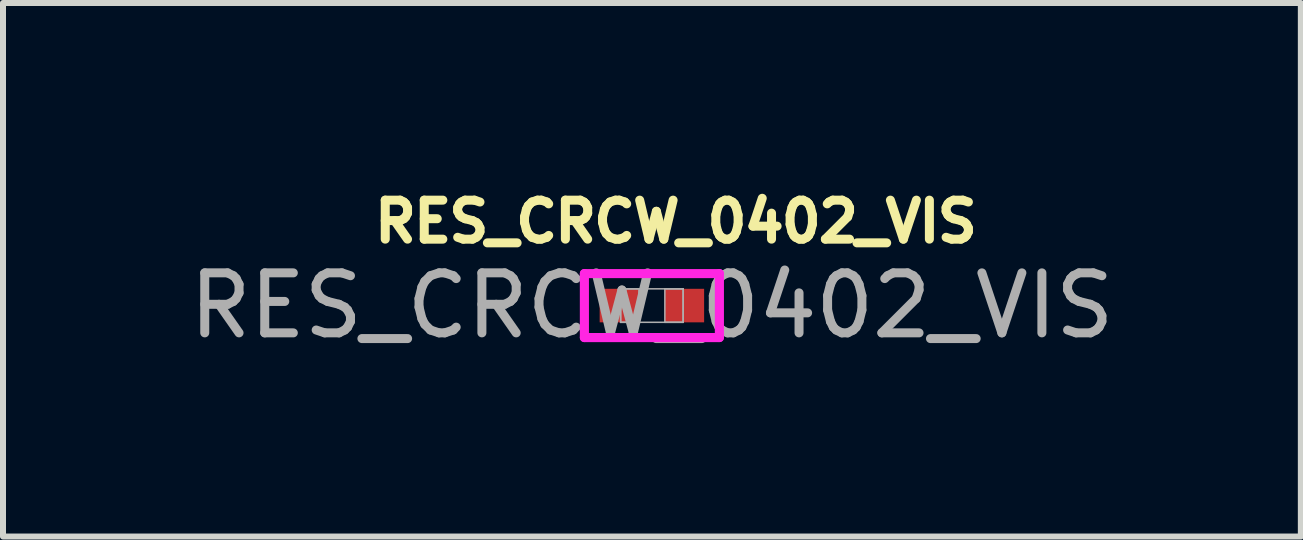
<source format=kicad_pcb>
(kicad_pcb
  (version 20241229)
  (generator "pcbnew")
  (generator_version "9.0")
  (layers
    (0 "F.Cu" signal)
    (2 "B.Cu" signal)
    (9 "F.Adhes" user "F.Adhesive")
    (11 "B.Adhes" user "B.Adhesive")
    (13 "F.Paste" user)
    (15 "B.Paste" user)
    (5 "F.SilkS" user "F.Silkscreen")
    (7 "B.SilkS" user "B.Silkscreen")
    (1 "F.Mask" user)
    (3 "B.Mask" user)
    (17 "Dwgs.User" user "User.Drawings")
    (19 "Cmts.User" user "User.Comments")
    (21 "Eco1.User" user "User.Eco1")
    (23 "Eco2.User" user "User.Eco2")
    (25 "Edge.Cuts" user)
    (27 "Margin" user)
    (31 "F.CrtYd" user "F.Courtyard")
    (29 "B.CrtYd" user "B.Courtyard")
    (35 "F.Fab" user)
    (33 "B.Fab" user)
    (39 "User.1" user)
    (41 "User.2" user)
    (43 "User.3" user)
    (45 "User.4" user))
  (footprint "RES_CRCW_0402_VIS"
    (layer "F.Cu")
    (at 7.815 2.043)
    (property "Reference" "RES_CRCW_0402_VIS" (at 0.4 -1.4 0) (unlocked yes) (layer "F.SilkS") (effects (font (size 0.65 0.65) (thickness 0.15))))
    (attr smd)
    (fp_line (start -1.125 -0.533) (end 1.125 -0.533) (stroke (width 0.152) (type solid)) (layer "F.CrtYd"))
    (fp_line (start -1.125 0.533) (end -1.125 -0.533) (stroke (width 0.152) (type solid)) (layer "F.CrtYd"))
    (fp_line (start 1.125 -0.533) (end 1.125 0.533) (stroke (width 0.152) (type solid)) (layer "F.CrtYd"))
    (fp_line (start 1.125 0.533) (end -1.125 0.533) (stroke (width 0.152) (type solid)) (layer "F.CrtYd"))
    (fp_line (start -0.521 -0.279) (end -0.521 0.279) (stroke (width 0.025) (type solid)) (layer "F.Fab"))
    (fp_line (start -0.521 -0.279) (end -0.521 0.279) (stroke (width 0.025) (type solid)) (layer "F.Fab"))
    (fp_line (start -0.521 0.279) (end -0.216 0.279) (stroke (width 0.025) (type solid)) (layer "F.Fab"))
    (fp_line (start -0.521 0.279) (end 0.521 0.279) (stroke (width 0.025) (type solid)) (layer "F.Fab"))
    (fp_line (start -0.216 -0.279) (end -0.521 -0.279) (stroke (width 0.025) (type solid)) (layer "F.Fab"))
    (fp_line (start -0.216 0.279) (end -0.216 -0.279) (stroke (width 0.025) (type solid)) (layer "F.Fab"))
    (fp_line (start 0.216 -0.279) (end 0.216 0.279) (stroke (width 0.025) (type solid)) (layer "F.Fab"))
    (fp_line (start 0.216 0.279) (end 0.521 0.279) (stroke (width 0.025) (type solid)) (layer "F.Fab"))
    (fp_line (start 0.521 -0.279) (end -0.521 -0.279) (stroke (width 0.025) (type solid)) (layer "F.Fab"))
    (fp_line (start 0.521 -0.279) (end 0.216 -0.279) (stroke (width 0.025) (type solid)) (layer "F.Fab"))
    (fp_line (start 0.521 0.279) (end 0.521 -0.279) (stroke (width 0.025) (type solid)) (layer "F.Fab"))
    (fp_line (start 0.521 0.279) (end 0.521 -0.279) (stroke (width 0.025) (type solid)) (layer "F.Fab"))
    (fp_text user "${REFERENCE}" (at 0 0 0) (unlocked yes) (layer "F.Fab") (effects (font (size 1 1) (thickness 0.15))))
    (pad "1" smd rect (at -0.543 0) (size 0.655 0.559) (layers "F.Cu" "F.Mask" "F.Paste"))
    (pad "2" smd rect (at 0.543 0) (size 0.655 0.559) (layers "F.Cu" "F.Mask" "F.Paste"))
    (zone (net_name "") (layer "F.Cu") (hatch full 0.508) (connect_pads) (min_thickness 0.254) (filled_areas_thickness no) (keepout (tracks not_allowed) (vias not_allowed) (pads allowed) (copperpour not_allowed) (footprints allowed)) (placement (enabled no)) (fill) (polygon (pts (xy 7.65 1.815) (xy 7.981 1.815) (xy 7.981 2.272) (xy 7.65 2.272)))))
  (gr_rect
    (start -3 -3)
    (end 18.631 5.892)
    (stroke (width 0.1) (type default))
    (fill no)
    (layer "Edge.Cuts")))
</source>
